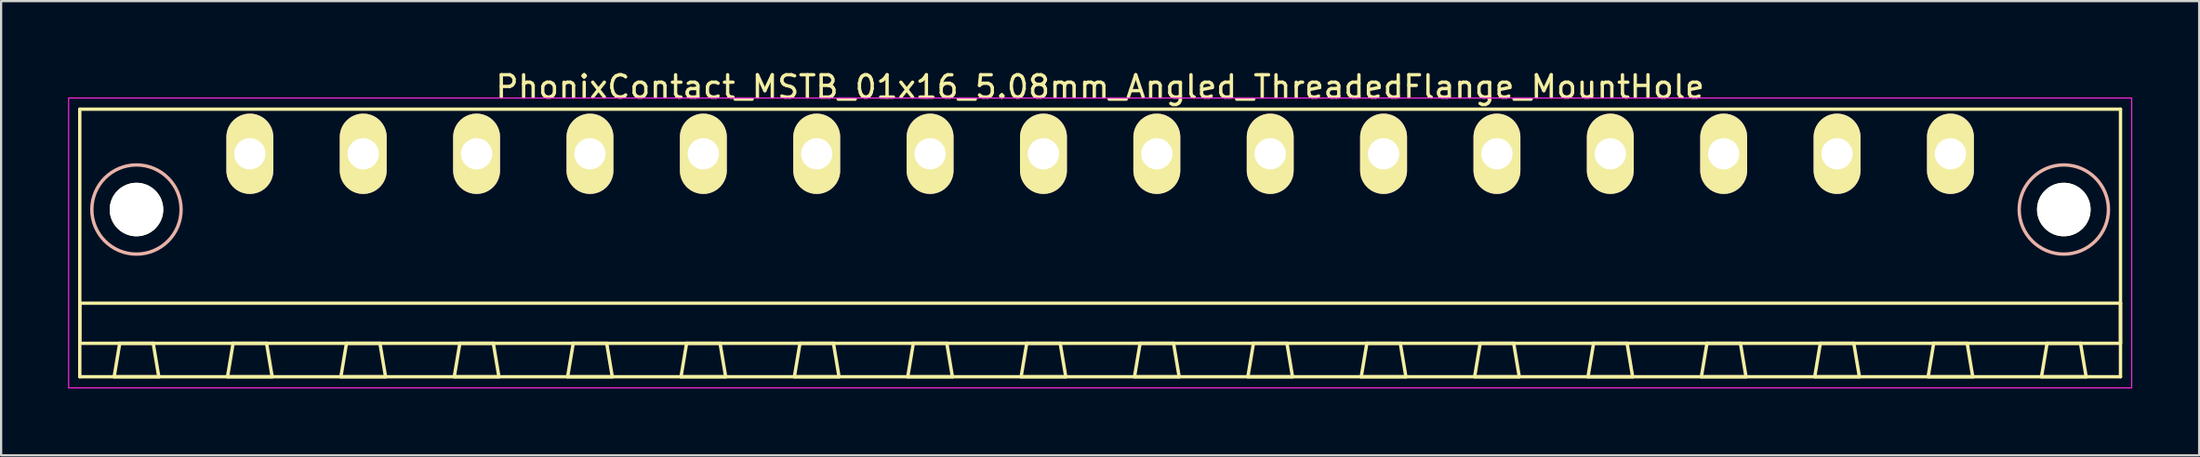
<source format=kicad_pcb>
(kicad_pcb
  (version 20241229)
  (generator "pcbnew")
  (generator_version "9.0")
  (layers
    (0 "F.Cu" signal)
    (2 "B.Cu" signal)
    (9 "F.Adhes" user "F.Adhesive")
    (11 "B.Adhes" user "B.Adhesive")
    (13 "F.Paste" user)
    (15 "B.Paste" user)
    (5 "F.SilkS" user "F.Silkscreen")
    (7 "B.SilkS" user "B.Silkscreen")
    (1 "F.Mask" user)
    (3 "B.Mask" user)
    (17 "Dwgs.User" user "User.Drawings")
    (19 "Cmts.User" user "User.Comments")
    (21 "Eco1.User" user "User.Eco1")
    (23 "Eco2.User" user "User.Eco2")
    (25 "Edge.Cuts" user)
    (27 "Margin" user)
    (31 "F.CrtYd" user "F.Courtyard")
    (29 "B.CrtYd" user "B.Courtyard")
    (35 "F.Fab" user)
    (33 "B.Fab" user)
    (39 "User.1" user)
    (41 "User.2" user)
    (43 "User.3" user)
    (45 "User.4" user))
  (footprint "PhonixContact_MSTB_01x16_5.08mm_Angled_ThreadedFlange_MountHole"
    (layer "F.Cu")
    (at 8.145 3.848)
    (property "Reference" "PhonixContact_MSTB_01x16_5.08mm_Angled_ThreadedFlange_MountHole" (at 38.1 -3 0) (layer "F.SilkS") (effects (font (size 1 1) (thickness 0.15))))
    (attr through_hole)
    (fp_line (start -7.62 -2) (end -7.62 10) (stroke (width 0.15) (type solid)) (layer "F.SilkS"))
    (fp_line (start -7.62 6.7) (end 83.82 6.7) (stroke (width 0.15) (type solid)) (layer "F.SilkS"))
    (fp_line (start -7.62 8.5) (end -7.62 6.7) (stroke (width 0.15) (type solid)) (layer "F.SilkS"))
    (fp_line (start -7.62 10) (end 83.82 10) (stroke (width 0.15) (type solid)) (layer "F.SilkS"))
    (fp_line (start -6.08 10) (end -4.08 10) (stroke (width 0.15) (type solid)) (layer "F.SilkS"))
    (fp_line (start -5.83 8.5) (end -6.08 10) (stroke (width 0.15) (type solid)) (layer "F.SilkS"))
    (fp_line (start -4.33 8.5) (end -5.83 8.5) (stroke (width 0.15) (type solid)) (layer "F.SilkS"))
    (fp_line (start -4.08 10) (end -4.33 8.5) (stroke (width 0.15) (type solid)) (layer "F.SilkS"))
    (fp_line (start -1 10) (end 1 10) (stroke (width 0.15) (type solid)) (layer "F.SilkS"))
    (fp_line (start -0.75 8.5) (end -1 10) (stroke (width 0.15) (type solid)) (layer "F.SilkS"))
    (fp_line (start 0.75 8.5) (end -0.75 8.5) (stroke (width 0.15) (type solid)) (layer "F.SilkS"))
    (fp_line (start 1 10) (end 0.75 8.5) (stroke (width 0.15) (type solid)) (layer "F.SilkS"))
    (fp_line (start 4.08 10) (end 6.08 10) (stroke (width 0.15) (type solid)) (layer "F.SilkS"))
    (fp_line (start 4.33 8.5) (end 4.08 10) (stroke (width 0.15) (type solid)) (layer "F.SilkS"))
    (fp_line (start 5.83 8.5) (end 4.33 8.5) (stroke (width 0.15) (type solid)) (layer "F.SilkS"))
    (fp_line (start 6.08 10) (end 5.83 8.5) (stroke (width 0.15) (type solid)) (layer "F.SilkS"))
    (fp_line (start 9.16 10) (end 11.16 10) (stroke (width 0.15) (type solid)) (layer "F.SilkS"))
    (fp_line (start 9.41 8.5) (end 9.16 10) (stroke (width 0.15) (type solid)) (layer "F.SilkS"))
    (fp_line (start 10.91 8.5) (end 9.41 8.5) (stroke (width 0.15) (type solid)) (layer "F.SilkS"))
    (fp_line (start 11.16 10) (end 10.91 8.5) (stroke (width 0.15) (type solid)) (layer "F.SilkS"))
    (fp_line (start 14.24 10) (end 16.24 10) (stroke (width 0.15) (type solid)) (layer "F.SilkS"))
    (fp_line (start 14.49 8.5) (end 14.24 10) (stroke (width 0.15) (type solid)) (layer "F.SilkS"))
    (fp_line (start 15.99 8.5) (end 14.49 8.5) (stroke (width 0.15) (type solid)) (layer "F.SilkS"))
    (fp_line (start 16.24 10) (end 15.99 8.5) (stroke (width 0.15) (type solid)) (layer "F.SilkS"))
    (fp_line (start 19.32 10) (end 21.32 10) (stroke (width 0.15) (type solid)) (layer "F.SilkS"))
    (fp_line (start 19.57 8.5) (end 19.32 10) (stroke (width 0.15) (type solid)) (layer "F.SilkS"))
    (fp_line (start 21.07 8.5) (end 19.57 8.5) (stroke (width 0.15) (type solid)) (layer "F.SilkS"))
    (fp_line (start 21.32 10) (end 21.07 8.5) (stroke (width 0.15) (type solid)) (layer "F.SilkS"))
    (fp_line (start 24.4 10) (end 26.4 10) (stroke (width 0.15) (type solid)) (layer "F.SilkS"))
    (fp_line (start 24.65 8.5) (end 24.4 10) (stroke (width 0.15) (type solid)) (layer "F.SilkS"))
    (fp_line (start 26.15 8.5) (end 24.65 8.5) (stroke (width 0.15) (type solid)) (layer "F.SilkS"))
    (fp_line (start 26.4 10) (end 26.15 8.5) (stroke (width 0.15) (type solid)) (layer "F.SilkS"))
    (fp_line (start 29.48 10) (end 31.48 10) (stroke (width 0.15) (type solid)) (layer "F.SilkS"))
    (fp_line (start 29.73 8.5) (end 29.48 10) (stroke (width 0.15) (type solid)) (layer "F.SilkS"))
    (fp_line (start 31.23 8.5) (end 29.73 8.5) (stroke (width 0.15) (type solid)) (layer "F.SilkS"))
    (fp_line (start 31.48 10) (end 31.23 8.5) (stroke (width 0.15) (type solid)) (layer "F.SilkS"))
    (fp_line (start 34.56 10) (end 36.56 10) (stroke (width 0.15) (type solid)) (layer "F.SilkS"))
    (fp_line (start 34.81 8.5) (end 34.56 10) (stroke (width 0.15) (type solid)) (layer "F.SilkS"))
    (fp_line (start 36.31 8.5) (end 34.81 8.5) (stroke (width 0.15) (type solid)) (layer "F.SilkS"))
    (fp_line (start 36.56 10) (end 36.31 8.5) (stroke (width 0.15) (type solid)) (layer "F.SilkS"))
    (fp_line (start 39.64 10) (end 41.64 10) (stroke (width 0.15) (type solid)) (layer "F.SilkS"))
    (fp_line (start 39.89 8.5) (end 39.64 10) (stroke (width 0.15) (type solid)) (layer "F.SilkS"))
    (fp_line (start 41.39 8.5) (end 39.89 8.5) (stroke (width 0.15) (type solid)) (layer "F.SilkS"))
    (fp_line (start 41.64 10) (end 41.39 8.5) (stroke (width 0.15) (type solid)) (layer "F.SilkS"))
    (fp_line (start 44.72 10) (end 46.72 10) (stroke (width 0.15) (type solid)) (layer "F.SilkS"))
    (fp_line (start 44.97 8.5) (end 44.72 10) (stroke (width 0.15) (type solid)) (layer "F.SilkS"))
    (fp_line (start 46.47 8.5) (end 44.97 8.5) (stroke (width 0.15) (type solid)) (layer "F.SilkS"))
    (fp_line (start 46.72 10) (end 46.47 8.5) (stroke (width 0.15) (type solid)) (layer "F.SilkS"))
    (fp_line (start 49.8 10) (end 51.8 10) (stroke (width 0.15) (type solid)) (layer "F.SilkS"))
    (fp_line (start 50.05 8.5) (end 49.8 10) (stroke (width 0.15) (type solid)) (layer "F.SilkS"))
    (fp_line (start 51.55 8.5) (end 50.05 8.5) (stroke (width 0.15) (type solid)) (layer "F.SilkS"))
    (fp_line (start 51.8 10) (end 51.55 8.5) (stroke (width 0.15) (type solid)) (layer "F.SilkS"))
    (fp_line (start 54.88 10) (end 56.88 10) (stroke (width 0.15) (type solid)) (layer "F.SilkS"))
    (fp_line (start 55.13 8.5) (end 54.88 10) (stroke (width 0.15) (type solid)) (layer "F.SilkS"))
    (fp_line (start 56.63 8.5) (end 55.13 8.5) (stroke (width 0.15) (type solid)) (layer "F.SilkS"))
    (fp_line (start 56.88 10) (end 56.63 8.5) (stroke (width 0.15) (type solid)) (layer "F.SilkS"))
    (fp_line (start 59.96 10) (end 61.96 10) (stroke (width 0.15) (type solid)) (layer "F.SilkS"))
    (fp_line (start 60.21 8.5) (end 59.96 10) (stroke (width 0.15) (type solid)) (layer "F.SilkS"))
    (fp_line (start 61.71 8.5) (end 60.21 8.5) (stroke (width 0.15) (type solid)) (layer "F.SilkS"))
    (fp_line (start 61.96 10) (end 61.71 8.5) (stroke (width 0.15) (type solid)) (layer "F.SilkS"))
    (fp_line (start 65.04 10) (end 67.04 10) (stroke (width 0.15) (type solid)) (layer "F.SilkS"))
    (fp_line (start 65.29 8.5) (end 65.04 10) (stroke (width 0.15) (type solid)) (layer "F.SilkS"))
    (fp_line (start 66.79 8.5) (end 65.29 8.5) (stroke (width 0.15) (type solid)) (layer "F.SilkS"))
    (fp_line (start 67.04 10) (end 66.79 8.5) (stroke (width 0.15) (type solid)) (layer "F.SilkS"))
    (fp_line (start 70.12 10) (end 72.12 10) (stroke (width 0.15) (type solid)) (layer "F.SilkS"))
    (fp_line (start 70.37 8.5) (end 70.12 10) (stroke (width 0.15) (type solid)) (layer "F.SilkS"))
    (fp_line (start 71.87 8.5) (end 70.37 8.5) (stroke (width 0.15) (type solid)) (layer "F.SilkS"))
    (fp_line (start 72.12 10) (end 71.87 8.5) (stroke (width 0.15) (type solid)) (layer "F.SilkS"))
    (fp_line (start 75.2 10) (end 77.2 10) (stroke (width 0.15) (type solid)) (layer "F.SilkS"))
    (fp_line (start 75.45 8.5) (end 75.2 10) (stroke (width 0.15) (type solid)) (layer "F.SilkS"))
    (fp_line (start 76.95 8.5) (end 75.45 8.5) (stroke (width 0.15) (type solid)) (layer "F.SilkS"))
    (fp_line (start 77.2 10) (end 76.95 8.5) (stroke (width 0.15) (type solid)) (layer "F.SilkS"))
    (fp_line (start 80.28 10) (end 82.28 10) (stroke (width 0.15) (type solid)) (layer "F.SilkS"))
    (fp_line (start 80.53 8.5) (end 80.28 10) (stroke (width 0.15) (type solid)) (layer "F.SilkS"))
    (fp_line (start 82.03 8.5) (end 80.53 8.5) (stroke (width 0.15) (type solid)) (layer "F.SilkS"))
    (fp_line (start 82.28 10) (end 82.03 8.5) (stroke (width 0.15) (type solid)) (layer "F.SilkS"))
    (fp_line (start 83.82 -2) (end -7.62 -2) (stroke (width 0.15) (type solid)) (layer "F.SilkS"))
    (fp_line (start 83.82 6.7) (end 83.82 8.5) (stroke (width 0.15) (type solid)) (layer "F.SilkS"))
    (fp_line (start 83.82 8.5) (end -7.62 8.5) (stroke (width 0.15) (type solid)) (layer "F.SilkS"))
    (fp_line (start 83.82 10) (end 83.82 -2) (stroke (width 0.15) (type solid)) (layer "F.SilkS"))
    (fp_circle (center -5.08 2.5) (end -3.08 2.5) (stroke (width 0.15) (type solid)) (fill no) (layer "B.SilkS"))
    (fp_circle (center 81.28 2.5) (end 83.28 2.5) (stroke (width 0.15) (type solid)) (fill no) (layer "B.SilkS"))
    (fp_line (start -8.12 -2.5) (end -8.12 10.5) (stroke (width 0.05) (type solid)) (layer "F.CrtYd"))
    (fp_line (start -8.12 10.5) (end 84.32 10.5) (stroke (width 0.05) (type solid)) (layer "F.CrtYd"))
    (fp_line (start 84.32 -2.5) (end -8.12 -2.5) (stroke (width 0.05) (type solid)) (layer "F.CrtYd"))
    (fp_line (start 84.32 10.5) (end 84.32 -2.5) (stroke (width 0.05) (type solid)) (layer "F.CrtYd"))
    (pad "" np_thru_hole circle (at -5.08 2.5) (size 2.4 2.4) (drill 2.4) (layers "*.Cu" "*.Mask" "F.SilkS"))
    (pad "" np_thru_hole circle (at 81.28 2.5) (size 2.4 2.4) (drill 2.4) (layers "*.Cu" "*.Mask" "F.SilkS"))
    (pad "1" thru_hole oval (at 0 0) (size 2.1 3.6) (drill 1.4) (layers "*.Cu" "*.Mask" "F.SilkS"))
    (pad "2" thru_hole oval (at 5.08 0) (size 2.1 3.6) (drill 1.4) (layers "*.Cu" "*.Mask" "F.SilkS"))
    (pad "3" thru_hole oval (at 10.16 0) (size 2.1 3.6) (drill 1.4) (layers "*.Cu" "*.Mask" "F.SilkS"))
    (pad "4" thru_hole oval (at 15.24 0) (size 2.1 3.6) (drill 1.4) (layers "*.Cu" "*.Mask" "F.SilkS"))
    (pad "5" thru_hole oval (at 20.32 0) (size 2.1 3.6) (drill 1.4) (layers "*.Cu" "*.Mask" "F.SilkS"))
    (pad "6" thru_hole oval (at 25.4 0) (size 2.1 3.6) (drill 1.4) (layers "*.Cu" "*.Mask" "F.SilkS"))
    (pad "7" thru_hole oval (at 30.48 0) (size 2.1 3.6) (drill 1.4) (layers "*.Cu" "*.Mask" "F.SilkS"))
    (pad "8" thru_hole oval (at 35.56 0) (size 2.1 3.6) (drill 1.4) (layers "*.Cu" "*.Mask" "F.SilkS"))
    (pad "9" thru_hole oval (at 40.64 0) (size 2.1 3.6) (drill 1.4) (layers "*.Cu" "*.Mask" "F.SilkS"))
    (pad "10" thru_hole oval (at 45.72 0) (size 2.1 3.6) (drill 1.4) (layers "*.Cu" "*.Mask" "F.SilkS"))
    (pad "11" thru_hole oval (at 50.8 0) (size 2.1 3.6) (drill 1.4) (layers "*.Cu" "*.Mask" "F.SilkS"))
    (pad "12" thru_hole oval (at 55.88 0) (size 2.1 3.6) (drill 1.4) (layers "*.Cu" "*.Mask" "F.SilkS"))
    (pad "13" thru_hole oval (at 60.96 0) (size 2.1 3.6) (drill 1.4) (layers "*.Cu" "*.Mask" "F.SilkS"))
    (pad "14" thru_hole oval (at 66.04 0) (size 2.1 3.6) (drill 1.4) (layers "*.Cu" "*.Mask" "F.SilkS"))
    (pad "15" thru_hole oval (at 71.12 0) (size 2.1 3.6) (drill 1.4) (layers "*.Cu" "*.Mask" "F.SilkS"))
    (pad "16" thru_hole oval (at 76.2 0) (size 2.1 3.6) (drill 1.4) (layers "*.Cu" "*.Mask" "F.SilkS")))
  (gr_rect
    (start -3 -3)
    (end 95.49 17.373)
    (stroke (width 0.1) (type default))
    (fill no)
    (layer "Edge.Cuts")))
</source>
